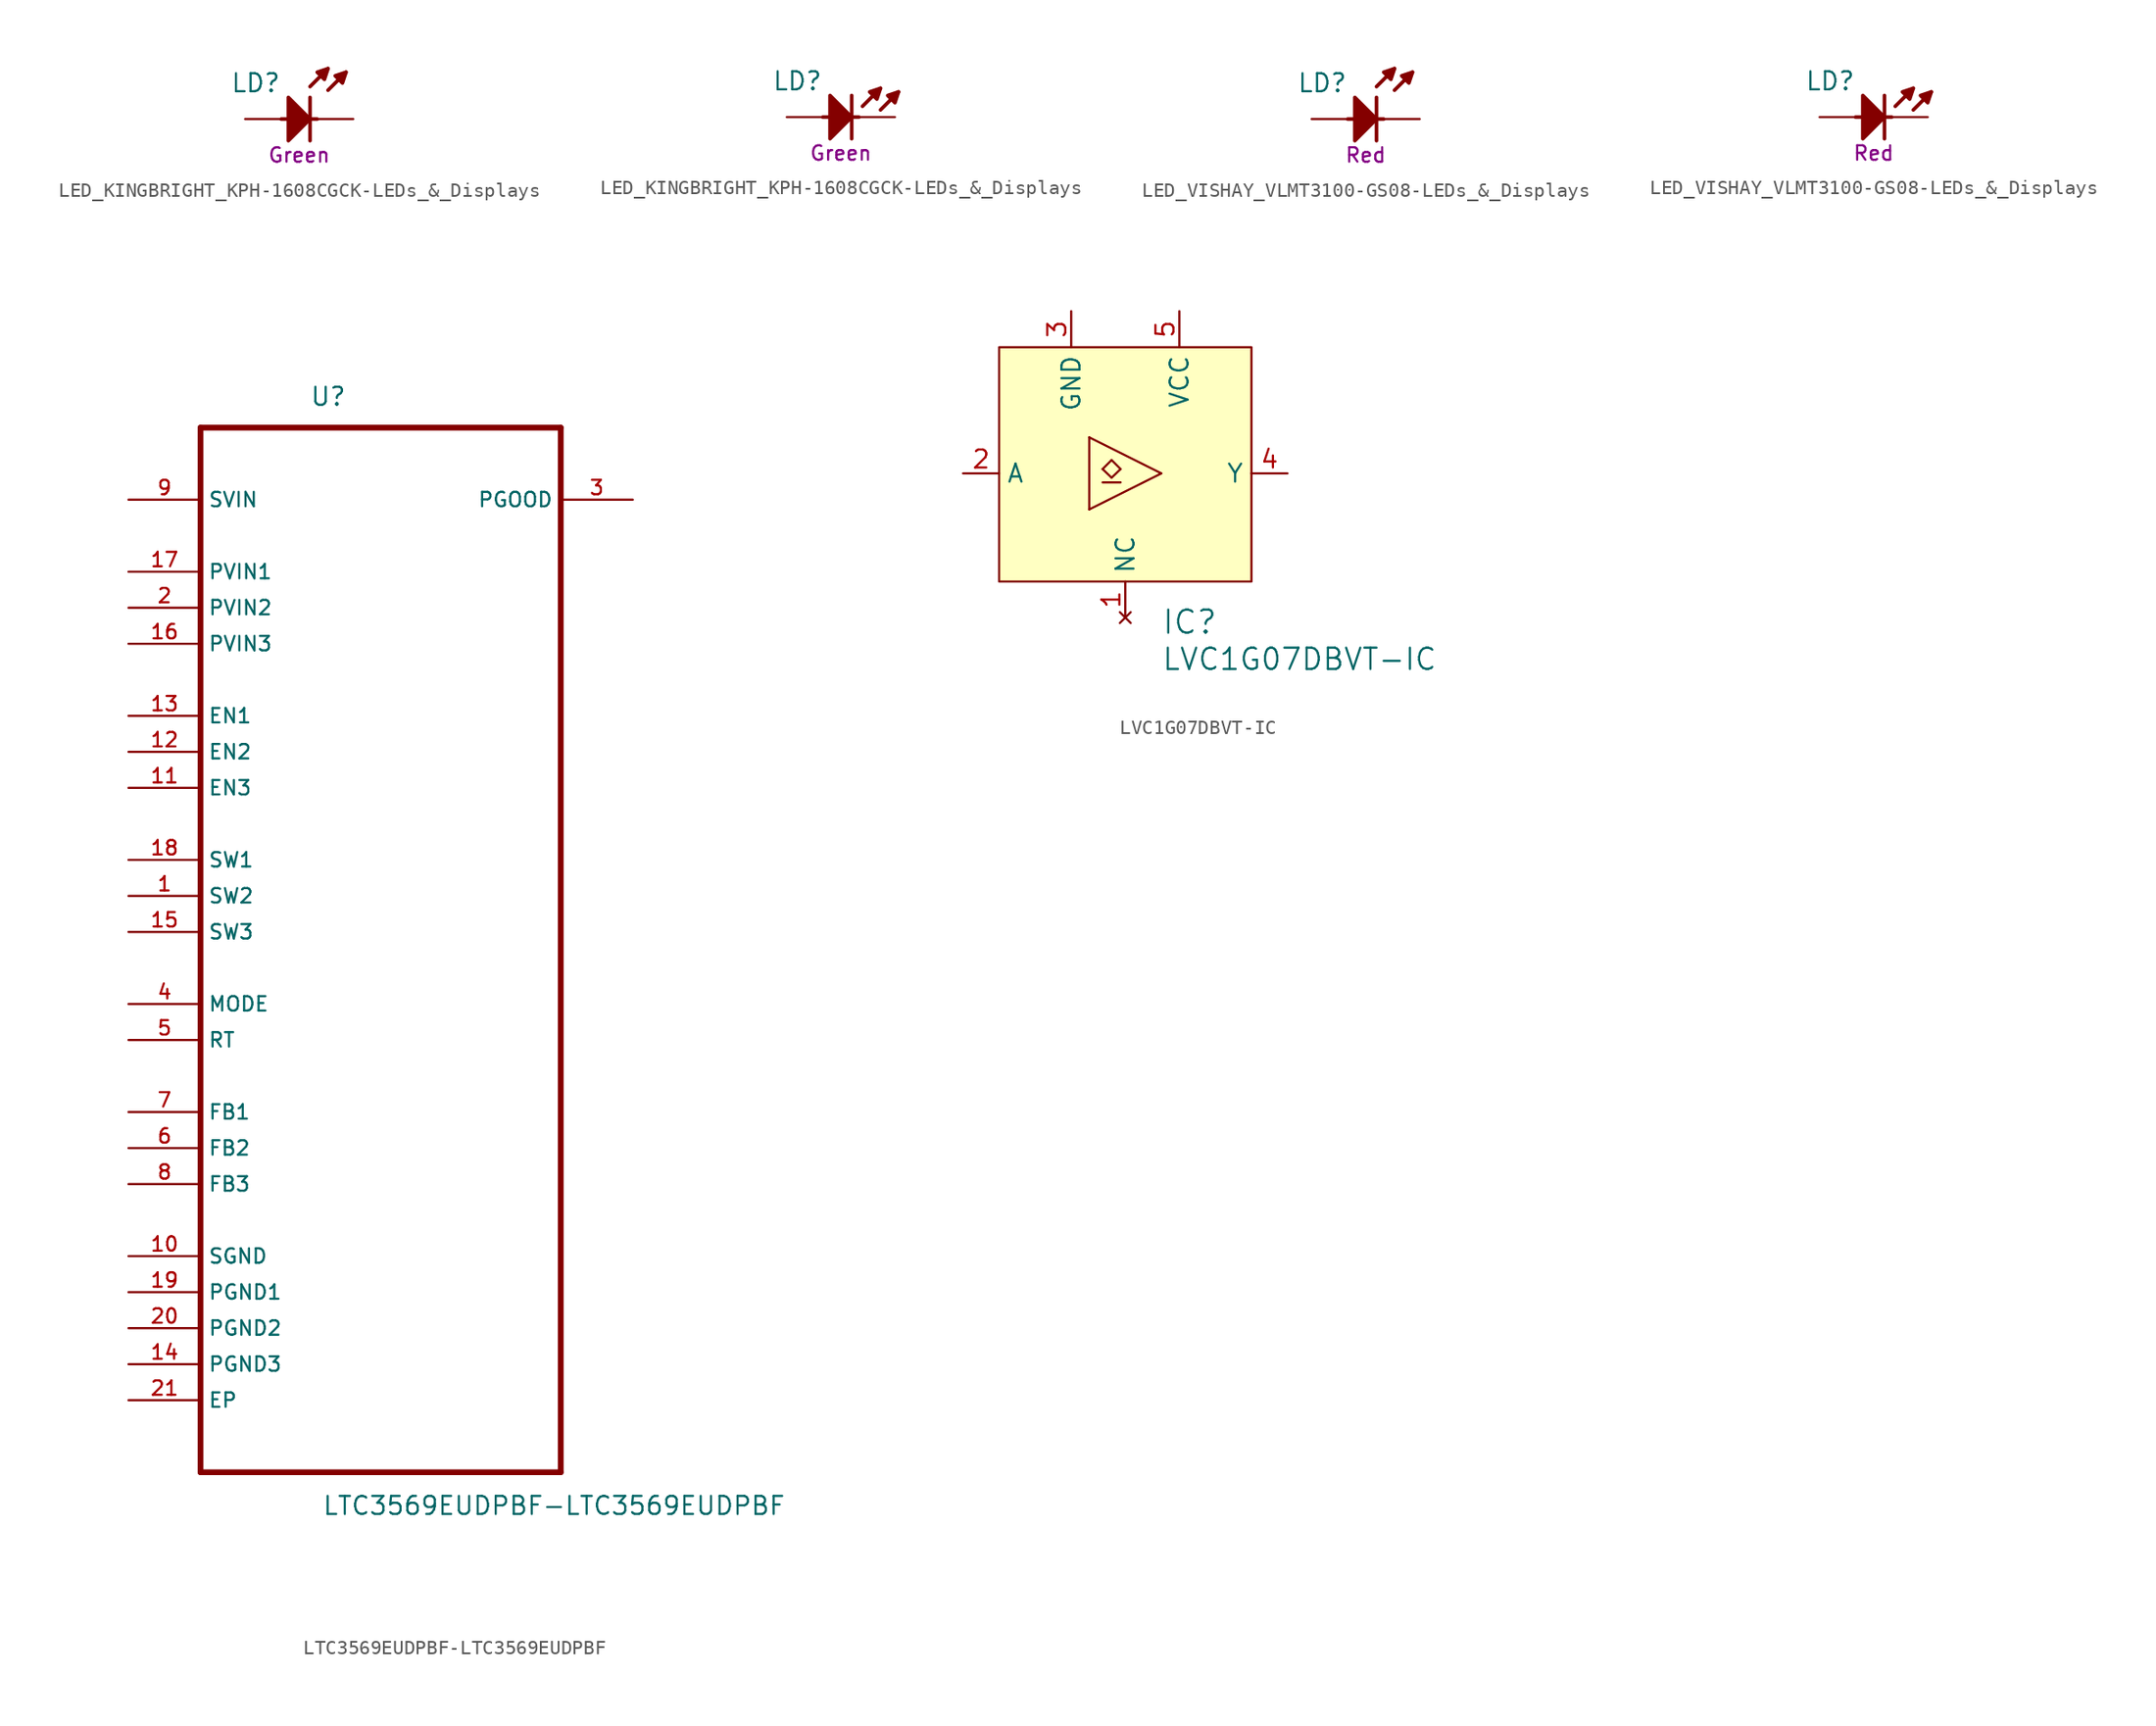
<source format=kicad_sym>
(kicad_symbol_lib
  (version 20200126)
  (host kicad_symbol_editor "(5.99.0-2809-gaceed2b0a4)")
  (symbol "LCD_Board-rescue:LED_KINGBRIGHT_KPH-1608CGCK-LEDs_&_Displays"
    (pin_names
      (offset 1.27))
    (property "Reference" "LD"
      (at -1.27 2.54 0)
      (effects (font (size 1.27 1.27)) (justify right)))
    (property "Color" "Green"
      (at 0 -2.54 0)
      (effects (font (size 1.016 1.016))))
    (property "ki_locked" ""
      (at 0 0 0)
      (effects (font (size 1.27 1.27))))
    (symbol "LED_KINGBRIGHT_KPH-1608CGCK-LEDs_&_Displays_0_1"
      (polyline (pts (xy -1.27 0) (xy 1.27 0)) (stroke (width 0.254)) (fill (type none)))
      (polyline (pts (xy 0.762 1.524) (xy 0.762 -1.524)) (stroke (width 0.254)) (fill (type none)))
      (polyline (pts (xy 0.762 2.286) (xy 2.032 3.556)) (stroke (width 0.254)) (fill (type none)))
      (polyline (pts (xy 2.032 2.032) (xy 3.302 3.302)) (stroke (width 0.254)) (fill (type none)))
      (polyline (pts (xy -0.762 -1.524) (xy 0.762 0) (xy -0.762 1.524) (xy -0.762 -1.524)) (stroke (width 0.254)) (fill (type outline)))
      (polyline (pts (xy 2.032 3.556) (xy 1.27 3.302) (xy 1.778 2.794) (xy 2.032 3.556)) (stroke (width 0.254)) (fill (type outline)))
      (polyline (pts (xy 3.302 3.302) (xy 2.54 3.048) (xy 3.048 2.54) (xy 3.302 3.302)) (stroke (width 0.254)) (fill (type outline)))
      (pin passive line (at 3.81 0 180) (length 2.54) (name "C" (effects (font (size 0 0)))) (number "1" (effects (font (size 0 0)))))
      (pin passive line (at -3.81 0 0) (length 2.54) (name "A" (effects (font (size 0 0)))) (number "2" (effects (font (size 0 0))))))
    (symbol "LED_KINGBRIGHT_KPH-1608CGCK-LEDs_&_Displays_0_2"
      (polyline (pts (xy -1.27 0) (xy 1.27 0)) (stroke (width 0.254)) (fill (type none)))
      (polyline (pts (xy 0.762 1.524) (xy 0.762 -1.524)) (stroke (width 0.254)) (fill (type none)))
      (polyline (pts (xy 1.524 0.762) (xy 2.794 2.032)) (stroke (width 0.254)) (fill (type none)))
      (polyline (pts (xy 2.794 0.508) (xy 4.064 1.778)) (stroke (width 0.254)) (fill (type none)))
      (polyline (pts (xy -0.762 -1.524) (xy 0.762 0) (xy -0.762 1.524) (xy -0.762 -1.524)) (stroke (width 0.254)) (fill (type outline)))
      (polyline (pts (xy 2.794 2.032) (xy 2.032 1.778) (xy 2.54 1.27) (xy 2.794 2.032)) (stroke (width 0.254)) (fill (type outline)))
      (polyline (pts (xy 4.064 1.778) (xy 3.302 1.524) (xy 3.81 1.016) (xy 4.064 1.778)) (stroke (width 0.254)) (fill (type outline)))
      (pin passive line (at 3.81 0 180) (length 2.54) (name "C" (effects (font (size 0 0)))) (number "1" (effects (font (size 0 0)))))
      (pin passive line (at -3.81 0 0) (length 2.54) (name "A" (effects (font (size 0 0)))) (number "2" (effects (font (size 0 0)))))))
  (symbol "LCD_Board-rescue:LED_VISHAY_VLMT3100-GS08-LEDs_&_Displays"
    (pin_names
      (offset 1.27))
    (property "Reference" "LD"
      (at -1.27 2.54 0)
      (effects (font (size 1.27 1.27)) (justify right)))
    (property "Color" "Red"
      (at 0 -2.54 0)
      (effects (font (size 1.016 1.016))))
    (property "ki_locked" ""
      (at 0 0 0)
      (effects (font (size 1.27 1.27))))
    (symbol "LED_VISHAY_VLMT3100-GS08-LEDs_&_Displays_0_1"
      (polyline (pts (xy -1.27 0) (xy 1.27 0)) (stroke (width 0.254)) (fill (type none)))
      (polyline (pts (xy 0.762 1.524) (xy 0.762 -1.524)) (stroke (width 0.254)) (fill (type none)))
      (polyline (pts (xy 0.762 2.286) (xy 2.032 3.556)) (stroke (width 0.254)) (fill (type none)))
      (polyline (pts (xy 2.032 2.032) (xy 3.302 3.302)) (stroke (width 0.254)) (fill (type none)))
      (polyline (pts (xy -0.762 -1.524) (xy 0.762 0) (xy -0.762 1.524) (xy -0.762 -1.524)) (stroke (width 0.254)) (fill (type outline)))
      (polyline (pts (xy 2.032 3.556) (xy 1.27 3.302) (xy 1.778 2.794) (xy 2.032 3.556)) (stroke (width 0.254)) (fill (type outline)))
      (polyline (pts (xy 3.302 3.302) (xy 2.54 3.048) (xy 3.048 2.54) (xy 3.302 3.302)) (stroke (width 0.254)) (fill (type outline)))
      (pin passive line (at 3.81 0 180) (length 2.54) (name "C" (effects (font (size 0 0)))) (number "1" (effects (font (size 0 0)))))
      (pin passive line (at -3.81 0 0) (length 2.54) (name "A" (effects (font (size 0 0)))) (number "2" (effects (font (size 0 0))))))
    (symbol "LED_VISHAY_VLMT3100-GS08-LEDs_&_Displays_0_2"
      (polyline (pts (xy -1.27 0) (xy 1.27 0)) (stroke (width 0.254)) (fill (type none)))
      (polyline (pts (xy 0.762 1.524) (xy 0.762 -1.524)) (stroke (width 0.254)) (fill (type none)))
      (polyline (pts (xy 1.524 0.762) (xy 2.794 2.032)) (stroke (width 0.254)) (fill (type none)))
      (polyline (pts (xy 2.794 0.508) (xy 4.064 1.778)) (stroke (width 0.254)) (fill (type none)))
      (polyline (pts (xy -0.762 -1.524) (xy 0.762 0) (xy -0.762 1.524) (xy -0.762 -1.524)) (stroke (width 0.254)) (fill (type outline)))
      (polyline (pts (xy 2.794 2.032) (xy 2.032 1.778) (xy 2.54 1.27) (xy 2.794 2.032)) (stroke (width 0.254)) (fill (type outline)))
      (polyline (pts (xy 4.064 1.778) (xy 3.302 1.524) (xy 3.81 1.016) (xy 4.064 1.778)) (stroke (width 0.254)) (fill (type outline)))
      (pin passive line (at 3.81 0 180) (length 2.54) (name "C" (effects (font (size 0 0)))) (number "1" (effects (font (size 0 0)))))
      (pin passive line (at -3.81 0 0) (length 2.54) (name "A" (effects (font (size 0 0)))) (number "2" (effects (font (size 0 0)))))))
  (symbol "LCD_Board-rescue:LTC3569EUDPBF-LTC3569EUDPBF"
    (property "Reference" "U"
      (at -5.004 34.468 0)
      (effects (font (size 1.27 1.27)) (justify left bottom)))
    (property "Value" "LTC3569EUDPBF-LTC3569EUDPBF"
      (at -4.14 -43.739 0)
      (effects (font (size 1.27 1.27)) (justify left bottom)))
    (property "ki_locked" ""
      (at 0 0 0)
      (effects (font (size 1.27 1.27))))
    (symbol "LTC3569EUDPBF-LTC3569EUDPBF_0_0"
      (polyline (pts (xy -12.7 -40.64) (xy 12.7 -40.64)) (stroke (width 0.406)) (fill (type none)))
      (polyline (pts (xy -12.7 33.02) (xy -12.7 -40.64)) (stroke (width 0.406)) (fill (type none)))
      (polyline (pts (xy 12.7 -40.64) (xy 12.7 33.02)) (stroke (width 0.406)) (fill (type none)))
      (polyline (pts (xy 12.7 33.02) (xy -12.7 33.02)) (stroke (width 0.406)) (fill (type none)))
      (pin passive line (at -17.78 0 0) (length 5.08) (name "SW2" (effects (font (size 1.016 1.016)))) (number "1" (effects (font (size 1.016 1.016)))))
      (pin passive line (at -17.78 -25.4 0) (length 5.08) (name "SGND" (effects (font (size 1.016 1.016)))) (number "10" (effects (font (size 1.016 1.016)))))
      (pin input line (at -17.78 7.62 0) (length 5.08) (name "EN3" (effects (font (size 1.016 1.016)))) (number "11" (effects (font (size 1.016 1.016)))))
      (pin input line (at -17.78 10.16 0) (length 5.08) (name "EN2" (effects (font (size 1.016 1.016)))) (number "12" (effects (font (size 1.016 1.016)))))
      (pin passive line (at -17.78 12.7 0) (length 5.08) (name "EN1" (effects (font (size 1.016 1.016)))) (number "13" (effects (font (size 1.016 1.016)))))
      (pin passive line (at -17.78 -33.02 0) (length 5.08) (name "PGND3" (effects (font (size 1.016 1.016)))) (number "14" (effects (font (size 1.016 1.016)))))
      (pin passive line (at -17.78 -2.54 0) (length 5.08) (name "SW3" (effects (font (size 1.016 1.016)))) (number "15" (effects (font (size 1.016 1.016)))))
      (pin power_in line (at -17.78 17.78 0) (length 5.08) (name "PVIN3" (effects (font (size 1.016 1.016)))) (number "16" (effects (font (size 1.016 1.016)))))
      (pin power_in line (at -17.78 22.86 0) (length 5.08) (name "PVIN1" (effects (font (size 1.016 1.016)))) (number "17" (effects (font (size 1.016 1.016)))))
      (pin passive line (at -17.78 2.54 0) (length 5.08) (name "SW1" (effects (font (size 1.016 1.016)))) (number "18" (effects (font (size 1.016 1.016)))))
      (pin passive line (at -17.78 -27.94 0) (length 5.08) (name "PGND1" (effects (font (size 1.016 1.016)))) (number "19" (effects (font (size 1.016 1.016)))))
      (pin power_in line (at -17.78 20.32 0) (length 5.08) (name "PVIN2" (effects (font (size 1.016 1.016)))) (number "2" (effects (font (size 1.016 1.016)))))
      (pin passive line (at -17.78 -30.48 0) (length 5.08) (name "PGND2" (effects (font (size 1.016 1.016)))) (number "20" (effects (font (size 1.016 1.016)))))
      (pin passive line (at -17.78 -35.56 0) (length 5.08) (name "EP" (effects (font (size 1.016 1.016)))) (number "21" (effects (font (size 1.016 1.016)))))
      (pin output line (at 17.78 27.94 180) (length 5.08) (name "PGOOD" (effects (font (size 1.016 1.016)))) (number "3" (effects (font (size 1.016 1.016)))))
      (pin input line (at -17.78 -7.62 0) (length 5.08) (name "MODE" (effects (font (size 1.016 1.016)))) (number "4" (effects (font (size 1.016 1.016)))))
      (pin passive line (at -17.78 -10.16 0) (length 5.08) (name "RT" (effects (font (size 1.016 1.016)))) (number "5" (effects (font (size 1.016 1.016)))))
      (pin input line (at -17.78 -17.78 0) (length 5.08) (name "FB2" (effects (font (size 1.016 1.016)))) (number "6" (effects (font (size 1.016 1.016)))))
      (pin input line (at -17.78 -15.24 0) (length 5.08) (name "FB1" (effects (font (size 1.016 1.016)))) (number "7" (effects (font (size 1.016 1.016)))))
      (pin input line (at -17.78 -20.32 0) (length 5.08) (name "FB3" (effects (font (size 1.016 1.016)))) (number "8" (effects (font (size 1.016 1.016)))))
      (pin power_in line (at -17.78 27.94 0) (length 5.08) (name "SVIN" (effects (font (size 1.016 1.016)))) (number "9" (effects (font (size 1.016 1.016)))))))
  (symbol "LCD_Board-rescue:LVC1G07DBVT-IC"
    (property "Reference" "IC"
      (at 6.35 -11.43 0)
      (effects (font (size 1.626 1.626)) (justify left bottom)))
    (property "Value" "LVC1G07DBVT-IC"
      (at 6.35 -13.97 0)
      (effects (font (size 1.499 1.499)) (justify left bottom)))
    (symbol "LVC1G07DBVT-IC_0_1"
      (rectangle (start -5.08 8.89) (end 12.7 -7.62) (stroke (width 0)) (fill (type background))))
    (symbol "LVC1G07DBVT-IC_1_0"
      (polyline (pts (xy 1.27 -2.54) (xy 6.35 0)) (stroke (width 0)) (fill (type none)))
      (polyline (pts (xy 1.27 2.54) (xy 1.27 -2.54)) (stroke (width 0)) (fill (type none)))
      (polyline (pts (xy 2.21 -0.635) (xy 3.48 -0.635)) (stroke (width 0)) (fill (type none)))
      (polyline (pts (xy 2.21 0.305) (xy 2.845 -0.305)) (stroke (width 0)) (fill (type none)))
      (polyline (pts (xy 2.845 -0.305) (xy 3.48 0.305)) (stroke (width 0)) (fill (type none)))
      (polyline (pts (xy 2.845 0.94) (xy 2.21 0.305)) (stroke (width 0)) (fill (type none)))
      (polyline (pts (xy 3.48 0.305) (xy 2.845 0.94)) (stroke (width 0)) (fill (type none)))
      (polyline (pts (xy 6.35 0) (xy 1.27 2.54)) (stroke (width 0)) (fill (type none)))
      (pin unconnected line (at 3.81 -10.16 90) (length 2.54) (name "NC" (effects (font (size 1.27 1.27)))) (number "1" (effects (font (size 1.27 1.27)))))
      (pin input line (at -7.62 0 0) (length 2.54) (name "A" (effects (font (size 1.27 1.27)))) (number "2" (effects (font (size 1.27 1.27)))))
      (pin power_in line (at 0 11.43 270) (length 2.54) (name "GND" (effects (font (size 1.27 1.27)))) (number "3" (effects (font (size 1.27 1.27)))))
      (pin open_collector line (at 15.24 0 180) (length 2.54) (name "Y" (effects (font (size 1.27 1.27)))) (number "4" (effects (font (size 1.27 1.27)))))
      (pin power_in line (at 7.62 11.43 270) (length 2.54) (name "VCC" (effects (font (size 1.27 1.27)))) (number "5" (effects (font (size 1.27 1.27))))))))
</source>
